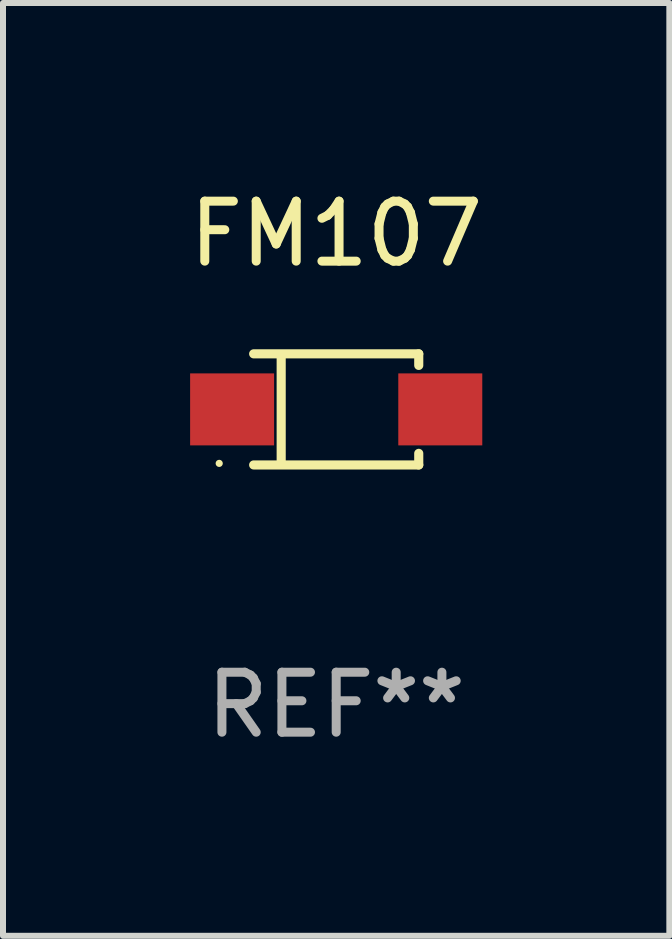
<source format=kicad_pcb>
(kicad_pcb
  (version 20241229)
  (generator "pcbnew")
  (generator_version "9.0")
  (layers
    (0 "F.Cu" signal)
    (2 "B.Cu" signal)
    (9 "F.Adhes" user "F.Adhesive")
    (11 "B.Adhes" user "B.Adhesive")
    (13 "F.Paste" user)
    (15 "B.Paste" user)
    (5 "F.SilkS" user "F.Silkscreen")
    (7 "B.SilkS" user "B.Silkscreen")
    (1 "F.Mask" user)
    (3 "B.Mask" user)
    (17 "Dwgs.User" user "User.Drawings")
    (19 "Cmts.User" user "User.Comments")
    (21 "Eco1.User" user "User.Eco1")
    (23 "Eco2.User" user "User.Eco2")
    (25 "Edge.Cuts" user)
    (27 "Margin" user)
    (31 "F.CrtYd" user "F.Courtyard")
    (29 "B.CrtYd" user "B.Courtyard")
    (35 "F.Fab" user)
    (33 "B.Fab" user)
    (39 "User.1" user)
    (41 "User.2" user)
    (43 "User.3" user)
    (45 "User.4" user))
  (footprint "FM107"
    (layer "F.Cu")
    (at 2.554 3.774)
    (property "Reference" "FM107" (at 0 -2.926 0) (layer "F.SilkS") (effects (font (size 1 1) (thickness 0.15))))
    (attr through_hole)
    (fp_line (start -1.376 -0.926) (end 1.376 -0.926) (stroke (width 0.152) (type solid)) (layer "F.SilkS"))
    (fp_line (start -1.376 0.926) (end 1.376 0.926) (stroke (width 0.152) (type solid)) (layer "F.SilkS"))
    (fp_line (start -0.917 -0.876) (end -0.917 0.876) (stroke (width 0.152) (type solid)) (layer "F.SilkS"))
    (fp_line (start 1.376 -0.926) (end 1.376 -0.733) (stroke (width 0.152) (type solid)) (layer "F.SilkS"))
    (fp_line (start 1.376 0.926) (end 1.376 0.733) (stroke (width 0.152) (type solid)) (layer "F.SilkS"))
    (fp_circle (center -1.95 0.9) (end -1.92 0.9) (stroke (width 0.06) (type solid)) (fill no) (layer "F.SilkS"))
    (fp_text user "REF**" (at 0 4.926 0) (layer "F.Fab") (effects (font (size 1 1) (thickness 0.15))))
    (pad "1" smd rect (at -1.735 0) (size 1.4 1.2) (layers "F.Cu" "F.Mask" "F.Paste"))
    (pad "2" smd rect (at 1.735 0) (size 1.4 1.2) (layers "F.Cu" "F.Mask" "F.Paste")))
  (gr_rect
    (start -3 -3)
    (end 8.107 12.549)
    (stroke (width 0.1) (type default))
    (fill no)
    (layer "Edge.Cuts")))
</source>
